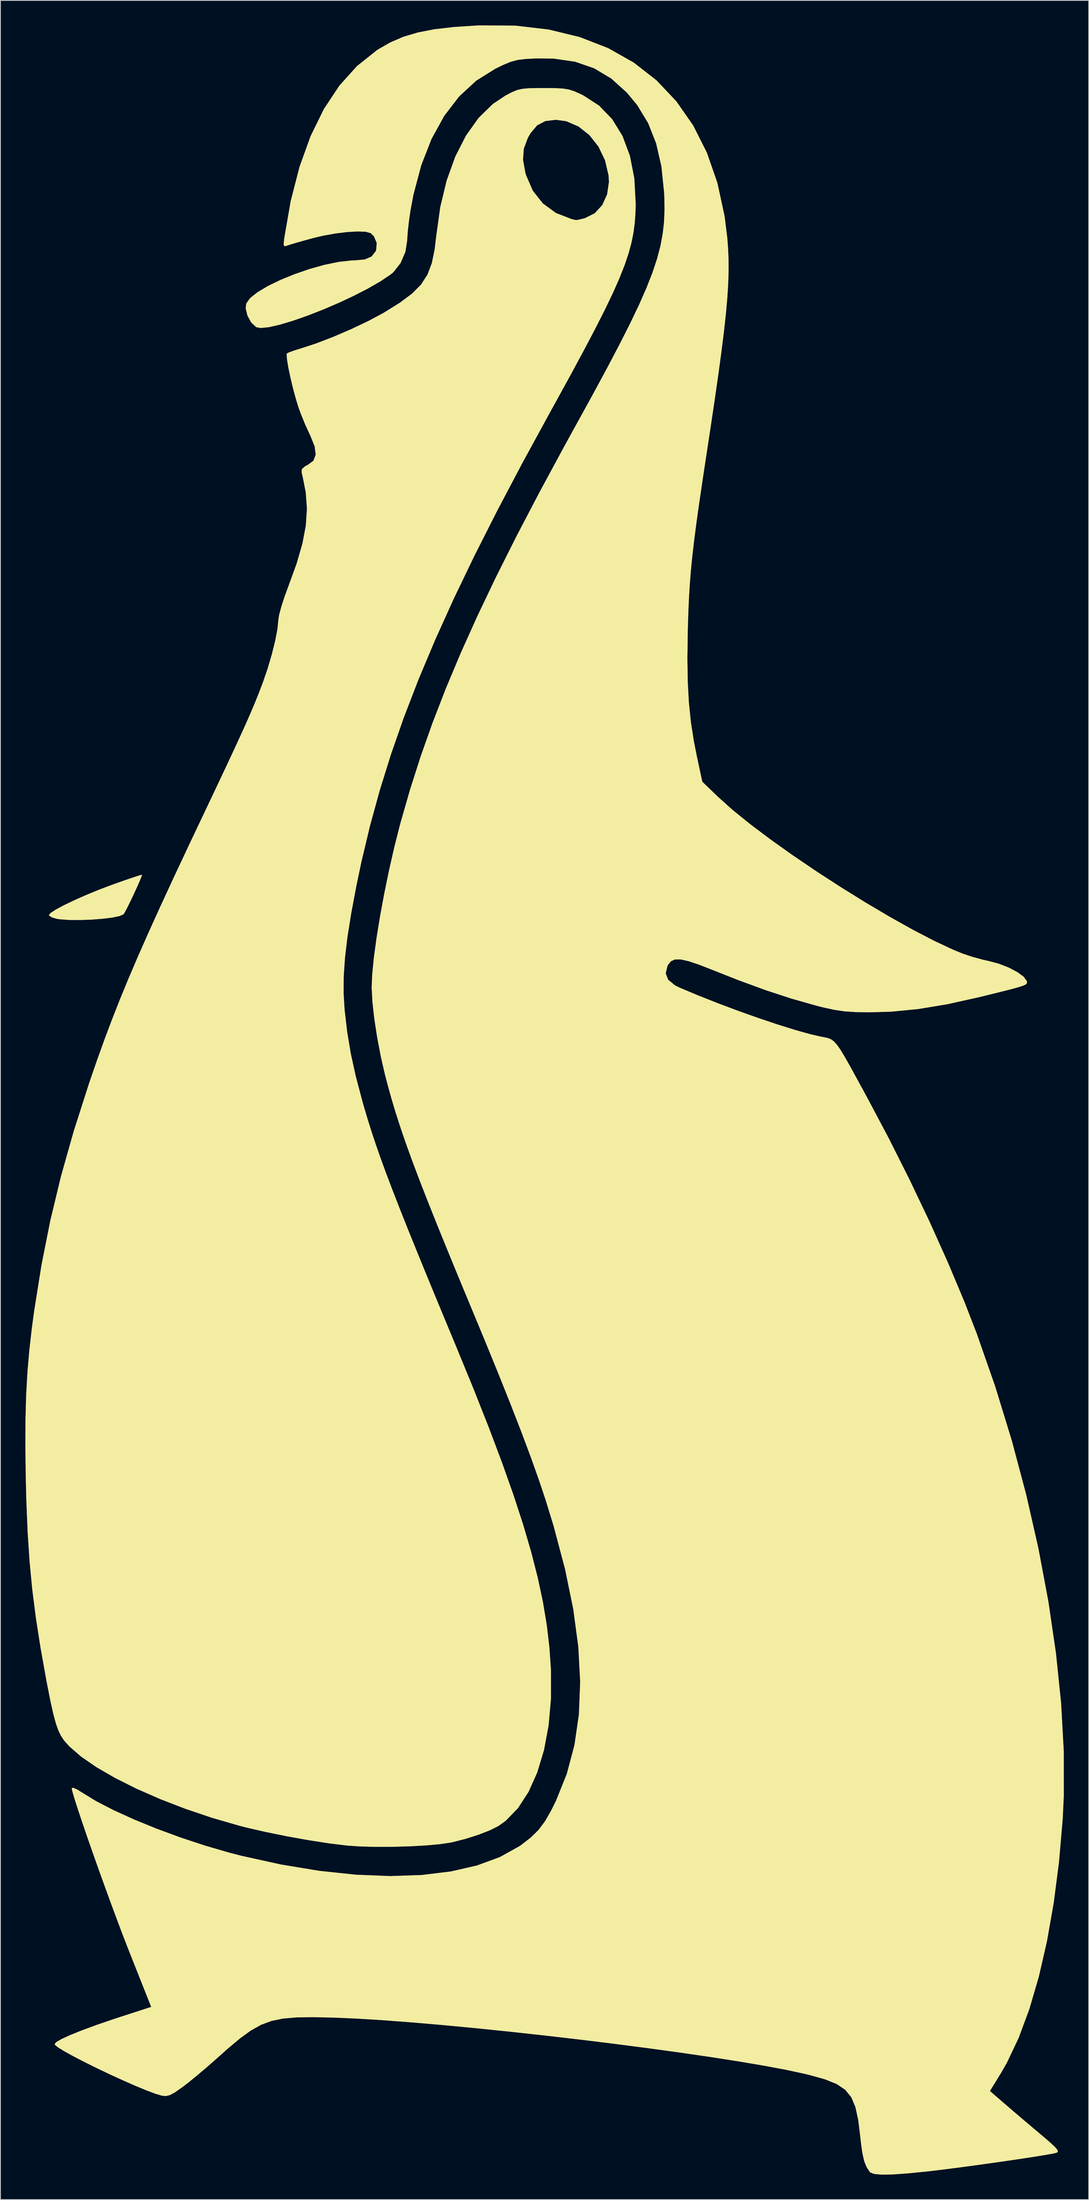
<source format=kicad_pcb>
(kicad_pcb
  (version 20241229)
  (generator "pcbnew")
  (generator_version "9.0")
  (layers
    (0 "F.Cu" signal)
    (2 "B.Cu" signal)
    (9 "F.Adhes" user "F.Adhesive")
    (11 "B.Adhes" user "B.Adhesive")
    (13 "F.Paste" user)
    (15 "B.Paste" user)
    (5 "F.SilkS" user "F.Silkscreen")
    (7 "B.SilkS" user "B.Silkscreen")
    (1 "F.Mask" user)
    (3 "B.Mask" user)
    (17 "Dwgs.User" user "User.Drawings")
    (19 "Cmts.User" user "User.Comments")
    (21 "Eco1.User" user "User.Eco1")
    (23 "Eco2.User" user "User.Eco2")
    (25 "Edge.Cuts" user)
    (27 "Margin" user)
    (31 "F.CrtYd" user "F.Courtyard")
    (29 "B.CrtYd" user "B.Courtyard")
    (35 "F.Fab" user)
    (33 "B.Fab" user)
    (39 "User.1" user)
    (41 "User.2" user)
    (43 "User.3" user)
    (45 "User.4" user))
  (footprint "2-copper"
    (layer "F.Cu")
    (at 63.335 128.255)
    (property "Reference" "2-copper" (at 0 0 0) (layer "F.SilkS") (effects (font (size 1.524 1.524) (thickness 0.3))))
    (attr through_hole)
    (fp_poly (pts (xy -49.298 -26.122) (xy -49.37 -25.863) (xy -49.621 -25.254) (xy -49.992 -24.423) (xy -50.422 -23.496) (xy -50.852 -22.603) (xy -51.221 -21.871) (xy -51.472 -21.428) (xy -51.519 -21.365) (xy -51.987 -21.156) (xy -52.866 -20.973) (xy -54.036 -20.827) (xy -55.372 -20.724) (xy -56.754 -20.674) (xy -58.059 -20.684) (xy -59.164 -20.763) (xy -59.567 -20.823) (xy -60.18 -21.007) (xy -60.496 -21.234) (xy -60.503 -21.256) (xy -60.301 -21.515) (xy -59.677 -21.923) (xy -58.707 -22.444) (xy -57.469 -23.039) (xy -56.043 -23.671) (xy -54.504 -24.304) (xy -52.932 -24.9) (xy -52.68 -24.99) (xy -51.446 -25.424) (xy -50.41 -25.778) (xy -49.669 -26.021) (xy -49.314 -26.122) (xy -49.298 -26.122)) (stroke (width 0.01) (type solid)) (fill yes) (layer "F.SilkS"))
    (fp_poly (pts (xy 0.397 -120.707) (xy 1.346 -120.658) (xy 2.074 -120.542) (xy 2.738 -120.328) (xy 3.495 -119.988) (xy 3.802 -119.838) (xy 5.713 -118.607) (xy 7.294 -116.97) (xy 8.535 -114.948) (xy 9.426 -112.562) (xy 9.958 -109.835) (xy 10.121 -106.787) (xy 10.093 -105.744) (xy 10.01 -104.538) (xy 9.855 -103.346) (xy 9.612 -102.125) (xy 9.263 -100.833) (xy 8.789 -99.43) (xy 8.173 -97.872) (xy 7.397 -96.119) (xy 6.443 -94.128) (xy 5.293 -91.858) (xy 3.929 -89.267) (xy 2.334 -86.313) (xy 0.49 -82.954) (xy -0.149 -81.799) (xy -3.517 -75.634) (xy -6.571 -69.846) (xy -9.331 -64.393) (xy -11.813 -59.232) (xy -14.034 -54.32) (xy -16.014 -49.614) (xy -17.768 -45.072) (xy -19.316 -40.65) (xy -20.673 -36.306) (xy -21.858 -31.997) (xy -22.888 -27.68) (xy -23.507 -24.732) (xy -24.118 -21.475) (xy -24.569 -18.645) (xy -24.866 -16.157) (xy -25.018 -13.931) (xy -25.033 -11.885) (xy -24.918 -9.936) (xy -24.914 -9.893) (xy -24.606 -7.231) (xy -24.171 -4.628) (xy -23.576 -1.917) (xy -22.788 1.067) (xy -22.558 1.872) (xy -22.132 3.306) (xy -21.672 4.768) (xy -21.162 6.3) (xy -20.587 7.943) (xy -19.93 9.74) (xy -19.176 11.731) (xy -18.308 13.959) (xy -17.311 16.464) (xy -16.167 19.289) (xy -14.862 22.475) (xy -13.38 26.064) (xy -11.703 30.098) (xy -11.488 30.614) (xy -9.413 35.666) (xy -7.582 40.289) (xy -5.983 44.526) (xy -4.603 48.418) (xy -3.431 52.004) (xy -2.455 55.328) (xy -1.662 58.43) (xy -1.04 61.352) (xy -0.578 64.134) (xy -0.263 66.819) (xy -0.082 69.447) (xy -0.077 69.573) (xy -0.077 72.976) (xy -0.363 76.183) (xy -0.918 79.147) (xy -1.727 81.821) (xy -2.774 84.158) (xy -4.043 86.112) (xy -5.518 87.635) (xy -6.417 88.276) (xy -7.427 88.781) (xy -8.788 89.31) (xy -10.322 89.801) (xy -11.852 90.194) (xy -12.165 90.26) (xy -13.448 90.45) (xy -15.125 90.601) (xy -17.061 90.707) (xy -19.115 90.767) (xy -21.151 90.774) (xy -23.03 90.726) (xy -24.598 90.619) (xy -26.736 90.358) (xy -29.201 89.978) (xy -31.808 89.511) (xy -34.373 88.992) (xy -36.711 88.456) (xy -37.565 88.237) (xy -40.857 87.284) (xy -44.054 86.206) (xy -47.101 85.031) (xy -49.939 83.787) (xy -52.511 82.501) (xy -54.761 81.201) (xy -56.631 79.915) (xy -58.065 78.67) (xy -58.692 77.956) (xy -59.051 77.415) (xy -59.369 76.754) (xy -59.668 75.898) (xy -59.972 74.767) (xy -60.303 73.285) (xy -60.683 71.374) (xy -60.807 70.719) (xy -61.503 66.838) (xy -62.062 63.258) (xy -62.498 59.835) (xy -62.826 56.421) (xy -63.06 52.871) (xy -63.216 49.037) (xy -63.287 46.087) (xy -63.33 42.508) (xy -63.315 39.341) (xy -63.235 36.466) (xy -63.085 33.762) (xy -62.857 31.11) (xy -62.547 28.389) (xy -62.271 26.336) (xy -61.387 20.799) (xy -60.323 15.448) (xy -59.042 10.134) (xy -57.508 4.709) (xy -55.684 -0.977) (xy -55.517 -1.471) (xy -54.656 -3.956) (xy -53.79 -6.358) (xy -52.894 -8.734) (xy -51.944 -11.143) (xy -50.914 -13.643) (xy -49.781 -16.29) (xy -48.52 -19.143) (xy -47.106 -22.26) (xy -45.515 -25.698) (xy -43.722 -29.516) (xy -42.377 -32.352) (xy -40.978 -35.297) (xy -39.788 -37.813) (xy -38.782 -39.949) (xy -37.939 -41.759) (xy -37.234 -43.293) (xy -36.645 -44.603) (xy -36.148 -45.74) (xy -35.72 -46.757) (xy -35.337 -47.704) (xy -34.976 -48.634) (xy -34.715 -49.329) (xy -34.162 -50.94) (xy -33.67 -52.616) (xy -33.27 -54.22) (xy -32.999 -55.613) (xy -32.889 -56.659) (xy -32.888 -56.726) (xy -32.791 -57.359) (xy -32.526 -58.347) (xy -32.137 -59.552) (xy -31.689 -60.768) (xy -30.686 -63.526) (xy -29.986 -65.943) (xy -29.575 -68.114) (xy -29.444 -70.132) (xy -29.582 -72.091) (xy -29.977 -74.085) (xy -30.077 -74.462) (xy -30.056 -74.895) (xy -29.645 -75.25) (xy -29.349 -75.398) (xy -28.664 -75.903) (xy -28.386 -76.631) (xy -28.512 -77.626) (xy -29.038 -78.932) (xy -29.102 -79.06) (xy -29.637 -80.219) (xy -30.174 -81.537) (xy -30.471 -82.358) (xy -30.811 -83.469) (xy -31.142 -84.706) (xy -31.439 -85.955) (xy -31.679 -87.104) (xy -31.836 -88.037) (xy -31.887 -88.642) (xy -31.852 -88.804) (xy -31.521 -88.964) (xy -30.838 -89.203) (xy -30.174 -89.404) (xy -28.359 -89.996) (xy -26.279 -90.796) (xy -24.118 -91.724) (xy -22.061 -92.7) (xy -20.292 -93.644) (xy -20.134 -93.737) (xy -18.244 -94.913) (xy -16.791 -95.999) (xy -15.711 -97.088) (xy -14.941 -98.274) (xy -14.415 -99.652) (xy -14.071 -101.315) (xy -13.881 -102.919) (xy -13.396 -106.401) (xy -12.625 -109.6) (xy -11.729 -112.084) (xy -3.44 -112.084) (xy -3.16 -110.539) (xy -3.077 -110.248) (xy -2.262 -108.37) (xy -1.051 -106.841) (xy 0.522 -105.692) (xy 2.42 -104.954) (xy 2.941 -104.837) (xy 3.262 -104.885) (xy 3.883 -105.037) (xy 4.026 -105.076) (xy 5.195 -105.662) (xy 6.099 -106.645) (xy 6.686 -107.931) (xy 6.905 -109.427) (xy 6.863 -110.192) (xy 6.434 -112.032) (xy 5.643 -113.676) (xy 4.557 -115.054) (xy 3.244 -116.096) (xy 1.768 -116.732) (xy 0.497 -116.902) (xy -0.767 -116.746) (xy -1.745 -116.23) (xy -2.543 -115.283) (xy -2.874 -114.696) (xy -3.347 -113.418) (xy -3.44 -112.084) (xy -11.729 -112.084) (xy -11.588 -112.478) (xy -10.303 -114.996) (xy -8.791 -117.116) (xy -7.069 -118.8) (xy -5.57 -119.799) (xy -4.799 -120.203) (xy -4.172 -120.467) (xy -3.538 -120.62) (xy -2.746 -120.693) (xy -1.646 -120.715) (xy -0.93 -120.717) (xy 0.397 -120.707)) (stroke (width 0.01) (type solid)) (fill yes) (layer "F.SilkS"))
    (fp_poly (pts (xy -4.356 -128.22) (xy -0.332 -127.748) (xy 3.391 -126.844) (xy 6.798 -125.519) (xy 9.879 -123.784) (xy 12.621 -121.648) (xy 15.012 -119.123) (xy 17.038 -116.218) (xy 18.69 -112.945) (xy 19.952 -109.313) (xy 20.815 -105.335) (xy 21.138 -102.751) (xy 21.239 -101.449) (xy 21.296 -100.126) (xy 21.303 -98.733) (xy 21.257 -97.224) (xy 21.152 -95.551) (xy 20.985 -93.664) (xy 20.751 -91.517) (xy 20.445 -89.061) (xy 20.063 -86.249) (xy 19.6 -83.032) (xy 19.051 -79.363) (xy 18.712 -77.136) (xy 18.211 -73.842) (xy 17.791 -71.001) (xy 17.444 -68.541) (xy 17.163 -66.386) (xy 16.938 -64.462) (xy 16.763 -62.698) (xy 16.629 -61.017) (xy 16.528 -59.347) (xy 16.453 -57.614) (xy 16.396 -55.743) (xy 16.386 -55.326) (xy 16.342 -52.115) (xy 16.385 -49.313) (xy 16.523 -46.802) (xy 16.766 -44.46) (xy 17.121 -42.169) (xy 17.505 -40.239) (xy 18.14 -37.298) (xy 20.099 -35.419) (xy 21.823 -33.879) (xy 23.945 -32.167) (xy 26.387 -30.332) (xy 29.074 -28.424) (xy 31.929 -26.491) (xy 34.877 -24.582) (xy 37.84 -22.746) (xy 40.743 -21.031) (xy 43.51 -19.487) (xy 46.063 -18.161) (xy 48.328 -17.103) (xy 49.463 -16.637) (xy 50.613 -16.252) (xy 51.905 -15.9) (xy 52.538 -15.76) (xy 53.801 -15.427) (xy 55.006 -14.96) (xy 56.044 -14.417) (xy 56.808 -13.857) (xy 57.192 -13.339) (xy 57.217 -13.195) (xy 57.196 -13.065) (xy 57.092 -12.945) (xy 56.842 -12.816) (xy 56.381 -12.656) (xy 55.646 -12.448) (xy 54.574 -12.17) (xy 53.101 -11.804) (xy 51.431 -11.394) (xy 47.607 -10.547) (xy 44.126 -9.973) (xy 40.885 -9.656) (xy 38.234 -9.578) (xy 36.604 -9.605) (xy 35.289 -9.692) (xy 34.068 -9.868) (xy 32.724 -10.16) (xy 31.817 -10.39) (xy 28.878 -11.223) (xy 25.802 -12.229) (xy 22.474 -13.447) (xy 19.533 -14.609) (xy 17.812 -15.282) (xy 16.503 -15.723) (xy 15.537 -15.939) (xy 14.846 -15.935) (xy 14.364 -15.72) (xy 14.023 -15.298) (xy 13.943 -15.143) (xy 13.735 -14.258) (xy 14.029 -13.493) (xy 14.836 -12.83) (xy 15.439 -12.529) (xy 17.634 -11.606) (xy 20.006 -10.668) (xy 22.458 -9.75) (xy 24.892 -8.886) (xy 27.211 -8.108) (xy 29.319 -7.451) (xy 31.117 -6.948) (xy 32.331 -6.667) (xy 32.855 -6.569) (xy 33.28 -6.47) (xy 33.646 -6.319) (xy 33.993 -6.064) (xy 34.36 -5.654) (xy 34.788 -5.037) (xy 35.317 -4.161) (xy 35.986 -2.975) (xy 36.835 -1.427) (xy 37.904 0.534) (xy 37.942 0.602) (xy 40.567 5.547) (xy 43.102 10.589) (xy 45.5 15.621) (xy 47.709 20.537) (xy 49.681 25.231) (xy 51.169 29.062) (xy 53.395 35.434) (xy 55.38 41.899) (xy 57.113 48.397) (xy 58.585 54.868) (xy 59.784 61.252) (xy 60.7 67.488) (xy 61.322 73.517) (xy 61.639 79.278) (xy 61.641 84.711) (xy 61.511 87.429) (xy 61.065 92.598) (xy 60.43 97.508) (xy 59.618 102.117) (xy 58.638 106.386) (xy 57.5 110.275) (xy 56.213 113.743) (xy 54.787 116.751) (xy 54.051 118.028) (xy 52.752 120.133) (xy 54.65 121.774) (xy 55.7 122.675) (xy 56.965 123.75) (xy 58.248 124.833) (xy 58.914 125.392) (xy 59.931 126.258) (xy 60.573 126.853) (xy 60.887 127.233) (xy 60.924 127.453) (xy 60.784 127.553) (xy 60.34 127.657) (xy 59.446 127.817) (xy 58.185 128.022) (xy 56.638 128.26) (xy 54.886 128.519) (xy 53.011 128.788) (xy 51.093 129.055) (xy 49.215 129.308) (xy 47.457 129.535) (xy 45.902 129.724) (xy 45.185 129.806) (xy 42.88 130.036) (xy 41.071 130.163) (xy 39.733 130.187) (xy 38.836 130.108) (xy 38.354 129.926) (xy 38.302 129.874) (xy 37.912 129.279) (xy 37.623 128.556) (xy 37.403 127.585) (xy 37.22 126.245) (xy 37.153 125.611) (xy 36.908 123.62) (xy 36.571 122.071) (xy 36.073 120.886) (xy 35.344 119.986) (xy 34.314 119.293) (xy 32.914 118.729) (xy 31.072 118.215) (xy 30.413 118.056) (xy 28.243 117.589) (xy 25.602 117.094) (xy 22.551 116.578) (xy 19.153 116.048) (xy 15.47 115.512) (xy 11.565 114.977) (xy 7.498 114.45) (xy 3.332 113.939) (xy -0.87 113.452) (xy -5.048 112.995) (xy -9.137 112.576) (xy -13.077 112.203) (xy -16.806 111.882) (xy -20.26 111.621) (xy -23.379 111.428) (xy -26.1 111.31) (xy -26.365 111.302) (xy -28.751 111.254) (xy -30.704 111.282) (xy -32.324 111.42) (xy -33.711 111.705) (xy -34.966 112.171) (xy -36.19 112.854) (xy -37.481 113.789) (xy -38.941 115.011) (xy -40.266 116.191) (xy -41.413 117.201) (xy -42.617 118.22) (xy -43.716 119.113) (xy -44.388 119.63) (xy -45.295 120.269) (xy -45.929 120.62) (xy -46.424 120.741) (xy -46.901 120.693) (xy -47.687 120.459) (xy -48.789 120.045) (xy -50.127 119.491) (xy -51.623 118.834) (xy -53.197 118.113) (xy -54.768 117.364) (xy -56.257 116.627) (xy -57.584 115.939) (xy -58.671 115.338) (xy -59.436 114.863) (xy -59.801 114.552) (xy -59.817 114.52) (xy -59.629 114.266) (xy -58.974 113.884) (xy -57.899 113.392) (xy -56.451 112.812) (xy -54.677 112.161) (xy -52.624 111.461) (xy -51.967 111.246) (xy -48.188 110.022) (xy -50.841 103.338) (xy -51.488 101.678) (xy -52.198 99.807) (xy -52.949 97.788) (xy -53.718 95.687) (xy -54.481 93.568) (xy -55.216 91.497) (xy -55.9 89.539) (xy -56.509 87.758) (xy -57.022 86.22) (xy -57.416 84.99) (xy -57.666 84.132) (xy -57.752 83.717) (xy -57.558 83.675) (xy -57.055 83.903) (xy -56.54 84.227) (xy -54.839 85.269) (xy -52.705 86.37) (xy -50.229 87.494) (xy -47.505 88.604) (xy -44.624 89.664) (xy -41.679 90.635) (xy -38.764 91.483) (xy -37.389 91.838) (xy -32.568 92.9) (xy -27.951 93.662) (xy -23.568 94.125) (xy -19.45 94.291) (xy -15.625 94.161) (xy -12.126 93.736) (xy -8.982 93.017) (xy -6.223 92.006) (xy -3.879 90.703) (xy -3.643 90.538) (xy -2.496 89.651) (xy -1.585 88.757) (xy -0.804 87.72) (xy -0.046 86.403) (xy 0.536 85.228) (xy 1.833 81.997) (xy 2.751 78.549) (xy 3.288 74.865) (xy 3.444 70.923) (xy 3.218 66.704) (xy 2.609 62.186) (xy 1.617 57.35) (xy 0.241 52.175) (xy -0.702 49.108) (xy -1.504 46.708) (xy -2.461 44.02) (xy -3.586 41.011) (xy -4.894 37.645) (xy -6.396 33.889) (xy -8.107 29.706) (xy -9.282 26.876) (xy -10.969 22.818) (xy -12.457 19.205) (xy -13.765 15.991) (xy -14.907 13.132) (xy -15.901 10.584) (xy -16.764 8.3) (xy -17.512 6.236) (xy -18.162 4.348) (xy -18.731 2.59) (xy -19.236 0.917) (xy -19.692 -0.716) (xy -20.051 -2.089) (xy -20.557 -4.287) (xy -20.992 -6.577) (xy -21.335 -8.81) (xy -21.562 -10.838) (xy -21.651 -12.512) (xy -21.652 -12.577) (xy -21.584 -14.165) (xy -21.384 -16.176) (xy -21.066 -18.517) (xy -20.647 -21.099) (xy -20.142 -23.83) (xy -19.568 -26.62) (xy -18.941 -29.376) (xy -18.276 -32.008) (xy -18.184 -32.352) (xy -17.04 -36.334) (xy -15.765 -40.319) (xy -14.337 -44.352) (xy -12.738 -48.479) (xy -10.946 -52.745) (xy -8.942 -57.197) (xy -6.706 -61.878) (xy -4.218 -66.834) (xy -1.457 -72.112) (xy 1.596 -77.756) (xy 2.801 -79.943) (xy 4.834 -83.634) (xy 6.607 -86.91) (xy 8.137 -89.811) (xy 9.439 -92.381) (xy 10.53 -94.66) (xy 11.425 -96.693) (xy 12.142 -98.52) (xy 12.695 -100.184) (xy 13.101 -101.727) (xy 13.375 -103.191) (xy 13.535 -104.619) (xy 13.596 -106.052) (xy 13.574 -107.532) (xy 13.545 -108.151) (xy 13.218 -111.303) (xy 12.586 -114.064) (xy 11.625 -116.496) (xy 10.312 -118.662) (xy 9.054 -120.178) (xy 7.184 -121.862) (xy 5.128 -123.091) (xy 2.835 -123.885) (xy 0.258 -124.261) (xy -1.891 -124.28) (xy -3.16 -124.212) (xy -4.101 -124.095) (xy -4.921 -123.875) (xy -5.824 -123.501) (xy -6.761 -123.048) (xy -9.071 -121.607) (xy -11.13 -119.707) (xy -12.927 -117.365) (xy -14.45 -114.601) (xy -15.689 -111.432) (xy -16.633 -107.877) (xy -16.983 -106.012) (xy -17.164 -104.769) (xy -17.302 -103.574) (xy -17.373 -102.632) (xy -17.378 -102.42) (xy -17.594 -101.022) (xy -18.177 -99.676) (xy -19.03 -98.583) (xy -19.331 -98.33) (xy -20.578 -97.49) (xy -22.097 -96.615) (xy -23.813 -95.734) (xy -25.649 -94.876) (xy -27.532 -94.07) (xy -29.386 -93.347) (xy -31.135 -92.736) (xy -32.706 -92.266) (xy -34.023 -91.966) (xy -35.011 -91.867) (xy -35.546 -91.967) (xy -36.148 -92.524) (xy -36.603 -93.354) (xy -36.813 -94.235) (xy -36.752 -94.804) (xy -36.281 -95.462) (xy -35.372 -96.181) (xy -34.112 -96.926) (xy -32.589 -97.661) (xy -30.889 -98.352) (xy -29.1 -98.965) (xy -27.311 -99.464) (xy -25.608 -99.814) (xy -24.079 -99.982) (xy -23.711 -99.991) (xy -22.483 -100.103) (xy -21.665 -100.455) (xy -21.17 -101.088) (xy -21.109 -101.233) (xy -21.042 -102.08) (xy -21.379 -102.89) (xy -21.764 -103.267) (xy -22.354 -103.435) (xy -23.347 -103.477) (xy -24.628 -103.403) (xy -26.083 -103.222) (xy -27.597 -102.944) (xy -28.608 -102.702) (xy -29.804 -102.378) (xy -30.838 -102.085) (xy -31.581 -101.859) (xy -31.871 -101.756) (xy -32.155 -101.692) (xy -32.246 -101.928) (xy -32.186 -102.576) (xy -32.185 -102.579) (xy -31.397 -107.124) (xy -30.334 -111.247) (xy -29 -114.942) (xy -27.4 -118.198) (xy -25.538 -121.007) (xy -23.418 -123.361) (xy -21.044 -125.251) (xy -20.886 -125.355) (xy -19.412 -126.203) (xy -17.848 -126.876) (xy -16.107 -127.396) (xy -14.103 -127.783) (xy -11.75 -128.056) (xy -8.961 -128.237) (xy -8.67 -128.25) (xy -4.356 -128.22)) (stroke (width 0.01) (type solid)) (fill yes) (layer "F.SilkS")))
  (gr_rect
    (start -3 -3)
    (end 127.981 261.447)
    (stroke (width 0.1) (type default))
    (fill no)
    (layer "Edge.Cuts")))
</source>
